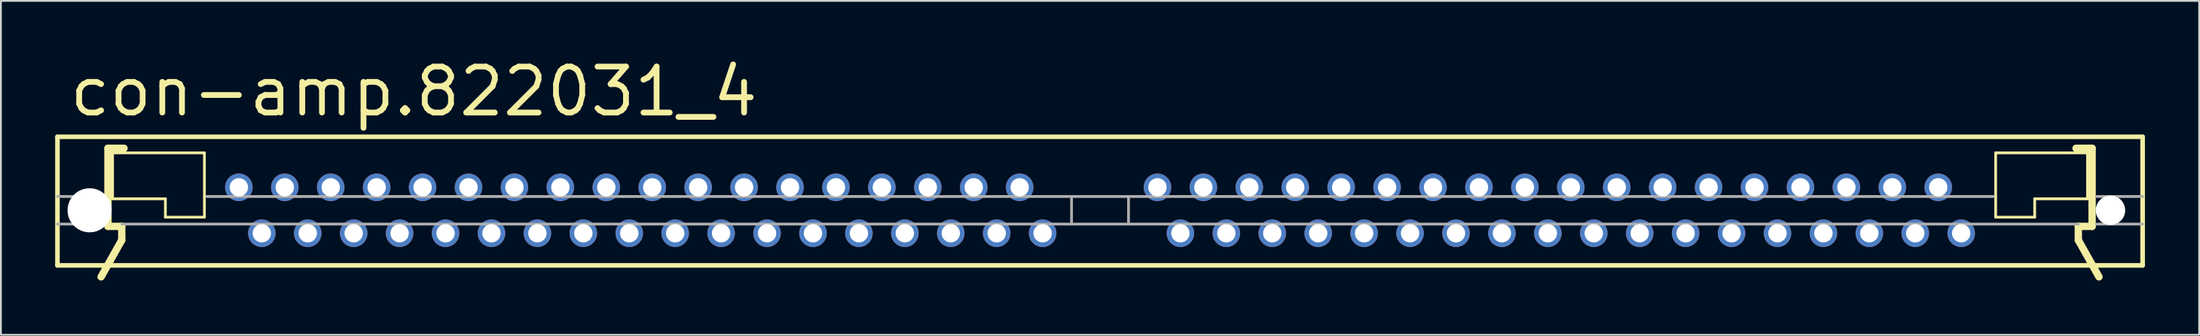
<source format=kicad_pcb>
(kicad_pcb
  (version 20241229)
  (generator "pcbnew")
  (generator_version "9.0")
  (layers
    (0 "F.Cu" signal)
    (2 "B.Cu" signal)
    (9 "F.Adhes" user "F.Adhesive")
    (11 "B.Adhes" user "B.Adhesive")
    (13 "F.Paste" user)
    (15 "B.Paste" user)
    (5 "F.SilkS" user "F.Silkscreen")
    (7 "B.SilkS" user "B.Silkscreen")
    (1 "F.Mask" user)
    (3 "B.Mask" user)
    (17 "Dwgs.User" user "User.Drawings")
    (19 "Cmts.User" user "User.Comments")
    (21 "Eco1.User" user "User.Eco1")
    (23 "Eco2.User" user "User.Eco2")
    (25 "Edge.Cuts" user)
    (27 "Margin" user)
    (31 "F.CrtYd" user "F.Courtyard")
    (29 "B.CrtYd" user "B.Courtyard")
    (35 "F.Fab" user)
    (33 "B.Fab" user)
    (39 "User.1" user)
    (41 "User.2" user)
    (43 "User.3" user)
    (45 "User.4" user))
  (footprint "con-amp.822031_4"
    (layer "F.Cu")
    (at 57.785 8.58)
    (property "Reference" "con-amp.822031_4" (at -57.15 -5.08 0) (layer "F.SilkS") (effects (font (size 2.54 2.54) (thickness 0.32)) (justify left bottom)))
    (attr through_hole)
    (fp_line (start -57.658 -4.064) (end 57.658 -4.064) (stroke (width 0.254) (type default)) (layer "F.SilkS"))
    (fp_line (start -57.658 3.048) (end -57.658 -4.064) (stroke (width 0.254) (type default)) (layer "F.SilkS"))
    (fp_line (start -54.864 -3.429) (end -54.864 0.889) (stroke (width 0.406) (type default)) (layer "F.SilkS"))
    (fp_line (start -54.864 0.889) (end -54.102 0.889) (stroke (width 0.406) (type default)) (layer "F.SilkS"))
    (fp_line (start -54.61 -3.175) (end -54.61 -0.635) (stroke (width 0.152) (type default)) (layer "F.SilkS"))
    (fp_line (start -54.102 0.889) (end -54.102 1.651) (stroke (width 0.406) (type default)) (layer "F.SilkS"))
    (fp_line (start -54.102 1.651) (end -55.245 3.683) (stroke (width 0.406) (type default)) (layer "F.SilkS"))
    (fp_line (start -53.975 -3.429) (end -54.864 -3.429) (stroke (width 0.406) (type default)) (layer "F.SilkS"))
    (fp_line (start -51.689 -0.635) (end -54.61 -0.635) (stroke (width 0.152) (type default)) (layer "F.SilkS"))
    (fp_line (start -51.689 0.381) (end -51.689 -0.635) (stroke (width 0.152) (type default)) (layer "F.SilkS"))
    (fp_line (start -51.689 0.381) (end -49.53 0.381) (stroke (width 0.152) (type default)) (layer "F.SilkS"))
    (fp_line (start -49.53 -3.175) (end -54.61 -3.175) (stroke (width 0.152) (type default)) (layer "F.SilkS"))
    (fp_line (start -49.53 0.381) (end -49.53 -3.175) (stroke (width 0.152) (type default)) (layer "F.SilkS"))
    (fp_line (start 49.53 -3.175) (end 54.61 -3.175) (stroke (width 0.152) (type default)) (layer "F.SilkS"))
    (fp_line (start 49.53 0.381) (end 49.53 -3.175) (stroke (width 0.152) (type default)) (layer "F.SilkS"))
    (fp_line (start 51.689 -0.635) (end 54.61 -0.635) (stroke (width 0.152) (type default)) (layer "F.SilkS"))
    (fp_line (start 51.689 0.381) (end 49.53 0.381) (stroke (width 0.152) (type default)) (layer "F.SilkS"))
    (fp_line (start 51.689 0.381) (end 51.689 -0.635) (stroke (width 0.152) (type default)) (layer "F.SilkS"))
    (fp_line (start 53.975 -3.429) (end 54.864 -3.429) (stroke (width 0.406) (type default)) (layer "F.SilkS"))
    (fp_line (start 54.102 0.889) (end 54.102 1.651) (stroke (width 0.406) (type default)) (layer "F.SilkS"))
    (fp_line (start 54.102 1.651) (end 55.245 3.683) (stroke (width 0.406) (type default)) (layer "F.SilkS"))
    (fp_line (start 54.61 -3.175) (end 54.61 -0.635) (stroke (width 0.152) (type default)) (layer "F.SilkS"))
    (fp_line (start 54.864 -3.429) (end 54.864 0.889) (stroke (width 0.406) (type default)) (layer "F.SilkS"))
    (fp_line (start 54.864 0.889) (end 54.102 0.889) (stroke (width 0.406) (type default)) (layer "F.SilkS"))
    (fp_line (start 57.658 -4.064) (end 57.658 3.048) (stroke (width 0.254) (type default)) (layer "F.SilkS"))
    (fp_line (start 57.658 3.048) (end -57.658 3.048) (stroke (width 0.254) (type default)) (layer "F.SilkS"))
    (fp_line (start -57.658 -0.762) (end -55.118 -0.762) (stroke (width 0.152) (type default)) (layer "F.Fab"))
    (fp_line (start -57.658 0.762) (end -55.118 0.762) (stroke (width 0.152) (type default)) (layer "F.Fab"))
    (fp_line (start -54.102 0.762) (end -1.575 0.762) (stroke (width 0.152) (type default)) (layer "F.Fab"))
    (fp_line (start -49.403 -0.762) (end -1.575 -0.762) (stroke (width 0.152) (type default)) (layer "F.Fab"))
    (fp_line (start -1.575 -0.762) (end 1.575 -0.762) (stroke (width 0.152) (type default)) (layer "F.Fab"))
    (fp_line (start -1.575 0.762) (end -1.575 -0.762) (stroke (width 0.152) (type default)) (layer "F.Fab"))
    (fp_line (start -1.575 0.762) (end 1.575 0.762) (stroke (width 0.152) (type default)) (layer "F.Fab"))
    (fp_line (start 1.575 0.762) (end 1.575 -0.762) (stroke (width 0.152) (type default)) (layer "F.Fab"))
    (fp_line (start 49.403 -0.762) (end 1.575 -0.762) (stroke (width 0.152) (type default)) (layer "F.Fab"))
    (fp_line (start 54.102 0.762) (end 1.575 0.762) (stroke (width 0.152) (type default)) (layer "F.Fab"))
    (fp_line (start 57.658 -0.762) (end 55.118 -0.762) (stroke (width 0.152) (type default)) (layer "F.Fab"))
    (fp_line (start 57.658 0.762) (end 55.118 0.762) (stroke (width 0.152) (type default)) (layer "F.Fab"))
    (pad "" np_thru_hole circle (at -55.88 0) (size 2.438 2.438) (drill 2.438) (layers "*.Cu" "*.Mask"))
    (pad "" np_thru_hole circle (at 55.88 0) (size 1.626 1.626) (drill 1.626) (layers "*.Cu" "*.Mask"))
    (pad "1" thru_hole circle (at 47.625 1.27) (size 1.524 1.524) (drill 1.016) (layers "*.Cu" "*.Mask"))
    (pad "2" thru_hole circle (at 46.355 -1.27) (size 1.524 1.524) (drill 1.016) (layers "*.Cu" "*.Mask"))
    (pad "3" thru_hole circle (at 45.085 1.27) (size 1.524 1.524) (drill 1.016) (layers "*.Cu" "*.Mask"))
    (pad "4" thru_hole circle (at 43.815 -1.27) (size 1.524 1.524) (drill 1.016) (layers "*.Cu" "*.Mask"))
    (pad "5" thru_hole circle (at 42.545 1.27) (size 1.524 1.524) (drill 1.016) (layers "*.Cu" "*.Mask"))
    (pad "6" thru_hole circle (at 41.275 -1.27) (size 1.524 1.524) (drill 1.016) (layers "*.Cu" "*.Mask"))
    (pad "7" thru_hole circle (at 40.005 1.27) (size 1.524 1.524) (drill 1.016) (layers "*.Cu" "*.Mask"))
    (pad "8" thru_hole circle (at 38.735 -1.27) (size 1.524 1.524) (drill 1.016) (layers "*.Cu" "*.Mask"))
    (pad "9" thru_hole circle (at 37.465 1.27) (size 1.524 1.524) (drill 1.016) (layers "*.Cu" "*.Mask"))
    (pad "10" thru_hole circle (at 36.195 -1.27) (size 1.524 1.524) (drill 1.016) (layers "*.Cu" "*.Mask"))
    (pad "11" thru_hole circle (at 34.925 1.27) (size 1.524 1.524) (drill 1.016) (layers "*.Cu" "*.Mask"))
    (pad "12" thru_hole circle (at 33.655 -1.27) (size 1.524 1.524) (drill 1.016) (layers "*.Cu" "*.Mask"))
    (pad "13" thru_hole circle (at 32.385 1.27) (size 1.524 1.524) (drill 1.016) (layers "*.Cu" "*.Mask"))
    (pad "14" thru_hole circle (at 31.115 -1.27) (size 1.524 1.524) (drill 1.016) (layers "*.Cu" "*.Mask"))
    (pad "15" thru_hole circle (at 29.845 1.27) (size 1.524 1.524) (drill 1.016) (layers "*.Cu" "*.Mask"))
    (pad "16" thru_hole circle (at 28.575 -1.27) (size 1.524 1.524) (drill 1.016) (layers "*.Cu" "*.Mask"))
    (pad "17" thru_hole circle (at 27.305 1.27) (size 1.524 1.524) (drill 1.016) (layers "*.Cu" "*.Mask"))
    (pad "18" thru_hole circle (at 26.035 -1.27) (size 1.524 1.524) (drill 1.016) (layers "*.Cu" "*.Mask"))
    (pad "19" thru_hole circle (at 24.765 1.27) (size 1.524 1.524) (drill 1.016) (layers "*.Cu" "*.Mask"))
    (pad "20" thru_hole circle (at 23.495 -1.27) (size 1.524 1.524) (drill 1.016) (layers "*.Cu" "*.Mask"))
    (pad "21" thru_hole circle (at 22.225 1.27) (size 1.524 1.524) (drill 1.016) (layers "*.Cu" "*.Mask"))
    (pad "22" thru_hole circle (at 20.955 -1.27) (size 1.524 1.524) (drill 1.016) (layers "*.Cu" "*.Mask"))
    (pad "23" thru_hole circle (at 19.685 1.27) (size 1.524 1.524) (drill 1.016) (layers "*.Cu" "*.Mask"))
    (pad "24" thru_hole circle (at 18.415 -1.27) (size 1.524 1.524) (drill 1.016) (layers "*.Cu" "*.Mask"))
    (pad "25" thru_hole circle (at 17.145 1.27) (size 1.524 1.524) (drill 1.016) (layers "*.Cu" "*.Mask"))
    (pad "26" thru_hole circle (at 15.875 -1.27) (size 1.524 1.524) (drill 1.016) (layers "*.Cu" "*.Mask"))
    (pad "27" thru_hole circle (at 14.605 1.27) (size 1.524 1.524) (drill 1.016) (layers "*.Cu" "*.Mask"))
    (pad "28" thru_hole circle (at 13.335 -1.27) (size 1.524 1.524) (drill 1.016) (layers "*.Cu" "*.Mask"))
    (pad "29" thru_hole circle (at 12.065 1.27) (size 1.524 1.524) (drill 1.016) (layers "*.Cu" "*.Mask"))
    (pad "30" thru_hole circle (at 10.795 -1.27) (size 1.524 1.524) (drill 1.016) (layers "*.Cu" "*.Mask"))
    (pad "31" thru_hole circle (at 9.525 1.27) (size 1.524 1.524) (drill 1.016) (layers "*.Cu" "*.Mask"))
    (pad "32" thru_hole circle (at 8.255 -1.27) (size 1.524 1.524) (drill 1.016) (layers "*.Cu" "*.Mask"))
    (pad "33" thru_hole circle (at 6.985 1.27) (size 1.524 1.524) (drill 1.016) (layers "*.Cu" "*.Mask"))
    (pad "34" thru_hole circle (at 5.715 -1.27) (size 1.524 1.524) (drill 1.016) (layers "*.Cu" "*.Mask"))
    (pad "35" thru_hole circle (at 4.445 1.27) (size 1.524 1.524) (drill 1.016) (layers "*.Cu" "*.Mask"))
    (pad "36" thru_hole circle (at 3.175 -1.27) (size 1.524 1.524) (drill 1.016) (layers "*.Cu" "*.Mask"))
    (pad "37" thru_hole circle (at -3.175 1.27) (size 1.524 1.524) (drill 1.016) (layers "*.Cu" "*.Mask"))
    (pad "38" thru_hole circle (at -4.445 -1.27) (size 1.524 1.524) (drill 1.016) (layers "*.Cu" "*.Mask"))
    (pad "39" thru_hole circle (at -5.715 1.27) (size 1.524 1.524) (drill 1.016) (layers "*.Cu" "*.Mask"))
    (pad "40" thru_hole circle (at -6.985 -1.27) (size 1.524 1.524) (drill 1.016) (layers "*.Cu" "*.Mask"))
    (pad "41" thru_hole circle (at -8.255 1.27) (size 1.524 1.524) (drill 1.016) (layers "*.Cu" "*.Mask"))
    (pad "42" thru_hole circle (at -9.525 -1.27) (size 1.524 1.524) (drill 1.016) (layers "*.Cu" "*.Mask"))
    (pad "43" thru_hole circle (at -10.795 1.27) (size 1.524 1.524) (drill 1.016) (layers "*.Cu" "*.Mask"))
    (pad "44" thru_hole circle (at -12.065 -1.27) (size 1.524 1.524) (drill 1.016) (layers "*.Cu" "*.Mask"))
    (pad "45" thru_hole circle (at -13.335 1.27) (size 1.524 1.524) (drill 1.016) (layers "*.Cu" "*.Mask"))
    (pad "46" thru_hole circle (at -14.605 -1.27) (size 1.524 1.524) (drill 1.016) (layers "*.Cu" "*.Mask"))
    (pad "47" thru_hole circle (at -15.875 1.27) (size 1.524 1.524) (drill 1.016) (layers "*.Cu" "*.Mask"))
    (pad "48" thru_hole circle (at -17.145 -1.27) (size 1.524 1.524) (drill 1.016) (layers "*.Cu" "*.Mask"))
    (pad "49" thru_hole circle (at -18.415 1.27) (size 1.524 1.524) (drill 1.016) (layers "*.Cu" "*.Mask"))
    (pad "50" thru_hole circle (at -19.685 -1.27) (size 1.524 1.524) (drill 1.016) (layers "*.Cu" "*.Mask"))
    (pad "51" thru_hole circle (at -20.955 1.27) (size 1.524 1.524) (drill 1.016) (layers "*.Cu" "*.Mask"))
    (pad "52" thru_hole circle (at -22.225 -1.27) (size 1.524 1.524) (drill 1.016) (layers "*.Cu" "*.Mask"))
    (pad "53" thru_hole circle (at -23.495 1.27) (size 1.524 1.524) (drill 1.016) (layers "*.Cu" "*.Mask"))
    (pad "54" thru_hole circle (at -24.765 -1.27) (size 1.524 1.524) (drill 1.016) (layers "*.Cu" "*.Mask"))
    (pad "55" thru_hole circle (at -26.035 1.27) (size 1.524 1.524) (drill 1.016) (layers "*.Cu" "*.Mask"))
    (pad "56" thru_hole circle (at -27.305 -1.27) (size 1.524 1.524) (drill 1.016) (layers "*.Cu" "*.Mask"))
    (pad "57" thru_hole circle (at -28.575 1.27) (size 1.524 1.524) (drill 1.016) (layers "*.Cu" "*.Mask"))
    (pad "58" thru_hole circle (at -29.845 -1.27) (size 1.524 1.524) (drill 1.016) (layers "*.Cu" "*.Mask"))
    (pad "59" thru_hole circle (at -31.115 1.27) (size 1.524 1.524) (drill 1.016) (layers "*.Cu" "*.Mask"))
    (pad "60" thru_hole circle (at -32.385 -1.27) (size 1.524 1.524) (drill 1.016) (layers "*.Cu" "*.Mask"))
    (pad "61" thru_hole circle (at -33.655 1.27) (size 1.524 1.524) (drill 1.016) (layers "*.Cu" "*.Mask"))
    (pad "62" thru_hole circle (at -34.925 -1.27) (size 1.524 1.524) (drill 1.016) (layers "*.Cu" "*.Mask"))
    (pad "63" thru_hole circle (at -36.195 1.27) (size 1.524 1.524) (drill 1.016) (layers "*.Cu" "*.Mask"))
    (pad "64" thru_hole circle (at -37.465 -1.27) (size 1.524 1.524) (drill 1.016) (layers "*.Cu" "*.Mask"))
    (pad "65" thru_hole circle (at -38.735 1.27) (size 1.524 1.524) (drill 1.016) (layers "*.Cu" "*.Mask"))
    (pad "66" thru_hole circle (at -40.005 -1.27) (size 1.524 1.524) (drill 1.016) (layers "*.Cu" "*.Mask"))
    (pad "67" thru_hole circle (at -41.275 1.27) (size 1.524 1.524) (drill 1.016) (layers "*.Cu" "*.Mask"))
    (pad "68" thru_hole circle (at -42.545 -1.27) (size 1.524 1.524) (drill 1.016) (layers "*.Cu" "*.Mask"))
    (pad "69" thru_hole circle (at -43.815 1.27) (size 1.524 1.524) (drill 1.016) (layers "*.Cu" "*.Mask"))
    (pad "70" thru_hole circle (at -45.085 -1.27) (size 1.524 1.524) (drill 1.016) (layers "*.Cu" "*.Mask"))
    (pad "71" thru_hole circle (at -46.355 1.27) (size 1.524 1.524) (drill 1.016) (layers "*.Cu" "*.Mask"))
    (pad "72" thru_hole circle (at -47.625 -1.27) (size 1.524 1.524) (drill 1.016) (layers "*.Cu" "*.Mask")))
  (gr_rect
    (start -3 -3)
    (end 118.57 15.466)
    (stroke (width 0.1) (type default))
    (fill no)
    (layer "Edge.Cuts")))
</source>
